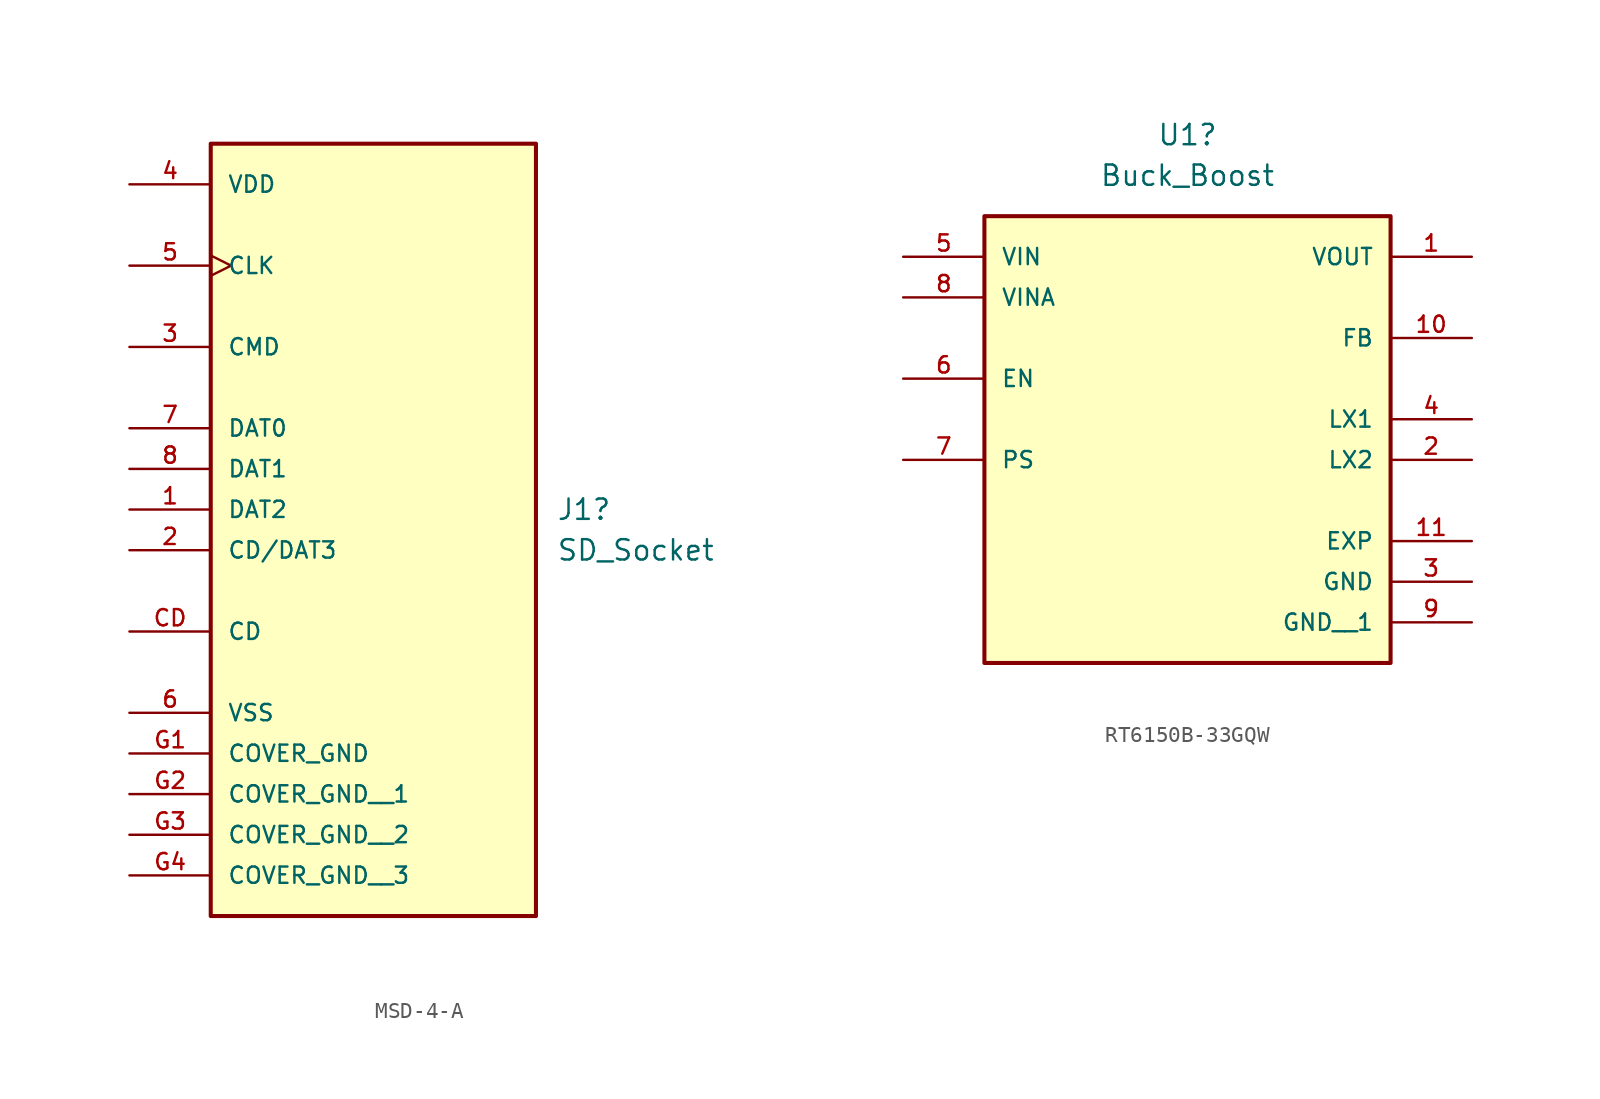
<source format=kicad_sym>
(kicad_symbol_lib
  (version 20241209)
  (generator "kicad_symbol_editor")
  (generator_version "9.0")
  (symbol "MSD-4-A"
    (pin_names
      (offset 1.016))
    (property "Reference" "J1"
      (at 11.43 -2.54 0)
      (effects (font (size 1.27 1.27)) (justify left)))
    (property "Value" "SD_Socket"
      (at 11.43 -5.08 0)
      (effects (font (size 1.27 1.27)) (justify left)))
    (symbol "MSD-4-A_0_0"
      (rectangle (start -10.16 20.32) (end 10.16 -27.94) (stroke (width 0.254) (type default)) (fill (type background)))
      (pin power_in line (at -15.24 17.78 0) (length 5.08) (name "VDD" (effects (font (size 1.016 1.016)))) (number "4" (effects (font (size 1.016 1.016)))))
      (pin input clock (at -15.24 12.7 0) (length 5.08) (name "CLK" (effects (font (size 1.016 1.016)))) (number "5" (effects (font (size 1.016 1.016)))))
      (pin bidirectional line (at -15.24 7.62 0) (length 5.08) (name "CMD" (effects (font (size 1.016 1.016)))) (number "3" (effects (font (size 1.016 1.016)))))
      (pin bidirectional line (at -15.24 2.54 0) (length 5.08) (name "DAT0" (effects (font (size 1.016 1.016)))) (number "7" (effects (font (size 1.016 1.016)))))
      (pin bidirectional line (at -15.24 0 0) (length 5.08) (name "DAT1" (effects (font (size 1.016 1.016)))) (number "8" (effects (font (size 1.016 1.016)))))
      (pin bidirectional line (at -15.24 -2.54 0) (length 5.08) (name "DAT2" (effects (font (size 1.016 1.016)))) (number "1" (effects (font (size 1.016 1.016)))))
      (pin bidirectional line (at -15.24 -5.08 0) (length 5.08) (name "CD/DAT3" (effects (font (size 1.016 1.016)))) (number "2" (effects (font (size 1.016 1.016)))))
      (pin passive line (at -15.24 -10.16 0) (length 5.08) (name "CD" (effects (font (size 1.016 1.016)))) (number "CD" (effects (font (size 1.016 1.016)))))
      (pin power_in line (at -15.24 -15.24 0) (length 5.08) (name "VSS" (effects (font (size 1.016 1.016)))) (number "6" (effects (font (size 1.016 1.016)))))
      (pin power_in line (at -15.24 -17.78 0) (length 5.08) (name "COVER_GND" (effects (font (size 1.016 1.016)))) (number "G1" (effects (font (size 1.016 1.016)))))
      (pin power_in line (at -15.24 -20.32 0) (length 5.08) (name "COVER_GND__1" (effects (font (size 1.016 1.016)))) (number "G2" (effects (font (size 1.016 1.016)))))
      (pin power_in line (at -15.24 -22.86 0) (length 5.08) (name "COVER_GND__2" (effects (font (size 1.016 1.016)))) (number "G3" (effects (font (size 1.016 1.016)))))
      (pin power_in line (at -15.24 -25.4 0) (length 5.08) (name "COVER_GND__3" (effects (font (size 1.016 1.016)))) (number "G4" (effects (font (size 1.016 1.016)))))))
  (symbol "RT6150B-33GQW"
    (pin_names
      (offset 1.016))
    (property "Reference" "U1"
      (at 0 17.78 0)
      (effects (font (size 1.27 1.27))))
    (property "Value" "Buck_Boost"
      (at 0 15.24 0)
      (effects (font (size 1.27 1.27))))
    (symbol "RT6150B-33GQW_0_0"
      (rectangle (start -12.7 -15.24) (end 12.7 12.7) (stroke (width 0.254) (type default)) (fill (type background)))
      (pin input line (at -17.78 10.16 0) (length 5.08) (name "VIN" (effects (font (size 1.016 1.016)))) (number "5" (effects (font (size 1.016 1.016)))))
      (pin input line (at -17.78 7.62 0) (length 5.08) (name "VINA" (effects (font (size 1.016 1.016)))) (number "8" (effects (font (size 1.016 1.016)))))
      (pin input line (at -17.78 2.54 0) (length 5.08) (name "EN" (effects (font (size 1.016 1.016)))) (number "6" (effects (font (size 1.016 1.016)))))
      (pin input line (at -17.78 -2.54 0) (length 5.08) (name "PS" (effects (font (size 1.016 1.016)))) (number "7" (effects (font (size 1.016 1.016)))))
      (pin output line (at 17.78 10.16 180) (length 5.08) (name "VOUT" (effects (font (size 1.016 1.016)))) (number "1" (effects (font (size 1.016 1.016)))))
      (pin input line (at 17.78 5.08 180) (length 5.08) (name "FB" (effects (font (size 1.016 1.016)))) (number "10" (effects (font (size 1.016 1.016)))))
      (pin passive line (at 17.78 0 180) (length 5.08) (name "LX1" (effects (font (size 1.016 1.016)))) (number "4" (effects (font (size 1.016 1.016)))))
      (pin passive line (at 17.78 -2.54 180) (length 5.08) (name "LX2" (effects (font (size 1.016 1.016)))) (number "2" (effects (font (size 1.016 1.016)))))
      (pin power_in line (at 17.78 -7.62 180) (length 5.08) (name "EXP" (effects (font (size 1.016 1.016)))) (number "11" (effects (font (size 1.016 1.016)))))
      (pin power_in line (at 17.78 -10.16 180) (length 5.08) (name "GND" (effects (font (size 1.016 1.016)))) (number "3" (effects (font (size 1.016 1.016)))))
      (pin power_in line (at 17.78 -12.7 180) (length 5.08) (name "GND__1" (effects (font (size 1.016 1.016)))) (number "9" (effects (font (size 1.016 1.016))))))))
</source>
